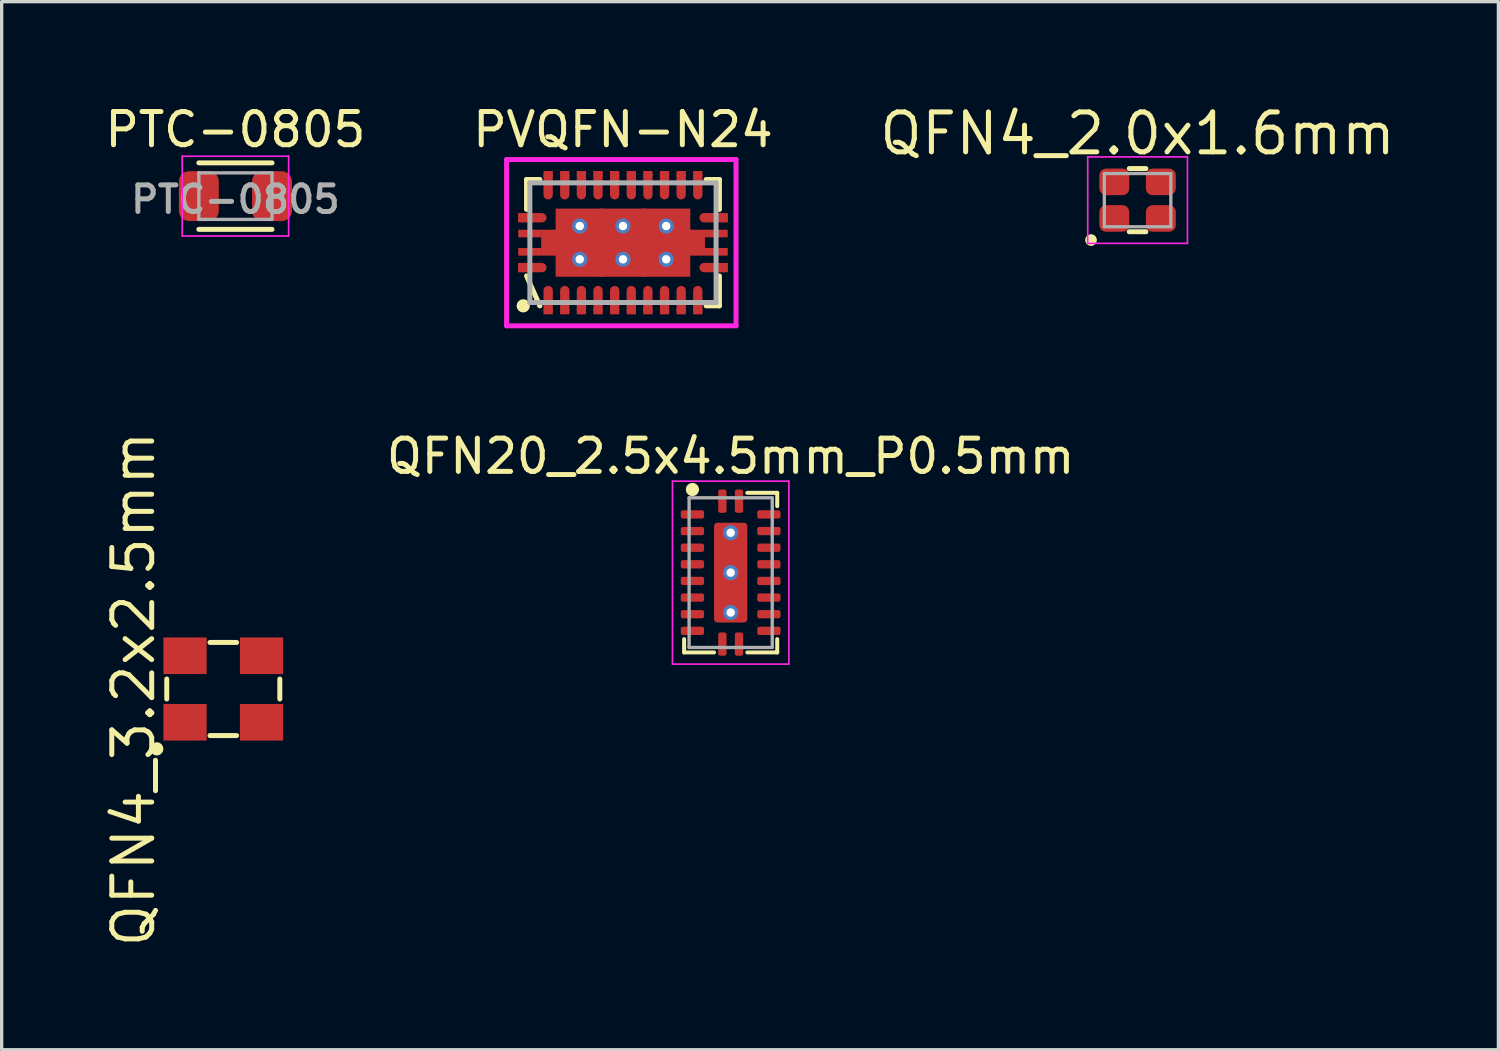
<source format=kicad_pcb>
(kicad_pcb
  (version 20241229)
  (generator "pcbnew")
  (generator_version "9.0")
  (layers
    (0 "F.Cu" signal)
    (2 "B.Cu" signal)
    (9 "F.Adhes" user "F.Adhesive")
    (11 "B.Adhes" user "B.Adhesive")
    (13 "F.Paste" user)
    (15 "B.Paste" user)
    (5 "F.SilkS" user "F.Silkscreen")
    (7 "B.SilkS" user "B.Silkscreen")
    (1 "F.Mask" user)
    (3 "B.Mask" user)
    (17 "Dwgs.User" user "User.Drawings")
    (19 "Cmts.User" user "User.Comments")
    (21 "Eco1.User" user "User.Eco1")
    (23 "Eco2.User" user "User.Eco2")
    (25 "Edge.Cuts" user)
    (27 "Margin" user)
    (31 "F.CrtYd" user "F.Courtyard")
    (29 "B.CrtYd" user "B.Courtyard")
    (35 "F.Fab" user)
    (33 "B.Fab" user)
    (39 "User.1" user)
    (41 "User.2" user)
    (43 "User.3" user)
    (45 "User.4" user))
  (footprint "QFN4_2.0x1.6mm"
    (layer "F.Cu")
    (at 31.161 2.969)
    (property "Reference" "QFN4_2.0x1.6mm" (at 0 -2 180) (layer "F.SilkS") (effects (font (size 1.2 1.2) (thickness 0.152))))
    (attr smd)
    (fp_line (start -0.25 0.95) (end 0.25 0.95) (stroke (width 0.15) (type solid)) (layer "F.SilkS"))
    (fp_line (start 0.25 -0.95) (end -0.25 -0.95) (stroke (width 0.15) (type solid)) (layer "F.SilkS"))
    (fp_circle (center -1.4 1.2) (end -1.3 1.2) (stroke (width 0.15) (type solid)) (fill yes) (layer "F.SilkS"))
    (fp_line (start -1.5 -1.3) (end -1.5 1.3) (stroke (width 0.05) (type solid)) (layer "F.CrtYd"))
    (fp_line (start -1.5 -1.3) (end 1.5 -1.3) (stroke (width 0.05) (type solid)) (layer "F.CrtYd"))
    (fp_line (start -1.5 1.3) (end 1.5 1.3) (stroke (width 0.05) (type solid)) (layer "F.CrtYd"))
    (fp_line (start 1.5 -1.3) (end 1.5 1.3) (stroke (width 0.05) (type solid)) (layer "F.CrtYd"))
    (fp_line (start -1 -0.8) (end -1 0.8) (stroke (width 0.1) (type solid)) (layer "F.Fab"))
    (fp_line (start -1 -0.8) (end 1 -0.8) (stroke (width 0.1) (type solid)) (layer "F.Fab"))
    (fp_line (start -1 0.8) (end 1 0.8) (stroke (width 0.1) (type solid)) (layer "F.Fab"))
    (fp_line (start 1 -0.8) (end 1 0.8) (stroke (width 0.1) (type solid)) (layer "F.Fab"))
    (pad "1" smd roundrect (at -0.7 0.55) (size 0.9 0.8) (layers "F.Cu" "F.Mask" "F.Paste") (roundrect_rratio 0.25))
    (pad "2" smd roundrect (at 0.7 0.55) (size 0.9 0.8) (layers "F.Cu" "F.Mask" "F.Paste") (roundrect_rratio 0.25))
    (pad "3" smd roundrect (at 0.7 -0.55) (size 0.9 0.8) (layers "F.Cu" "F.Mask" "F.Paste") (roundrect_rratio 0.25))
    (pad "4" smd roundrect (at -0.7 -0.55) (size 0.9 0.8) (layers "F.Cu" "F.Mask" "F.Paste") (roundrect_rratio 0.25)))
  (footprint "QFN4_3.2x2.5mm"
    (layer "F.Cu")
    (at 3.665 17.671)
    (property "Reference" "QFN4_3.2x2.5mm" (at -2.7 0 90) (layer "F.SilkS") (effects (font (size 1.2 1.2) (thickness 0.15))))
    (attr smd)
    (fp_line (start -1.7 -0.3) (end -1.7 0.3) (stroke (width 0.15) (type solid)) (layer "F.SilkS"))
    (fp_line (start -0.4 1.4) (end 0.4 1.4) (stroke (width 0.15) (type solid)) (layer "F.SilkS"))
    (fp_line (start 0.4 -1.4) (end -0.4 -1.4) (stroke (width 0.15) (type solid)) (layer "F.SilkS"))
    (fp_line (start 1.7 0.3) (end 1.7 -0.3) (stroke (width 0.15) (type solid)) (layer "F.SilkS"))
    (fp_circle (center -2 1.8) (end -1.9 1.8) (stroke (width 0.2) (type solid)) (fill no) (layer "F.SilkS"))
    (pad "1" smd rect (at -1.15 1) (size 1.3 1.1) (layers "F.Cu" "F.Mask" "F.Paste"))
    (pad "2" smd rect (at 1.15 1) (size 1.3 1.1) (layers "F.Cu" "F.Mask" "F.Paste"))
    (pad "3" smd rect (at 1.15 -1) (size 1.3 1.1) (layers "F.Cu" "F.Mask" "F.Paste"))
    (pad "4" smd rect (at -1.15 -1) (size 1.3 1.1) (layers "F.Cu" "F.Mask" "F.Paste")))
  (footprint "QFN20_2.5x4.5mm_P0.5mm"
    (layer "F.Cu")
    (at 18.924 14.171)
    (property "Reference" "QFN20_2.5x4.5mm_P0.5mm" (at 0 -3.5 0) (layer "F.SilkS") (effects (font (size 1 1) (thickness 0.15))))
    (attr smd)
    (fp_line (start -1.4 2.4) (end -1.4 2) (stroke (width 0.12) (type solid)) (layer "F.SilkS"))
    (fp_line (start -0.5 2.4) (end -1.4 2.4) (stroke (width 0.12) (type solid)) (layer "F.SilkS"))
    (fp_line (start 0.5 -2.4) (end 1.4 -2.4) (stroke (width 0.12) (type solid)) (layer "F.SilkS"))
    (fp_line (start 1.4 -2.4) (end 1.4 -2) (stroke (width 0.12) (type solid)) (layer "F.SilkS"))
    (fp_line (start 1.4 2) (end 1.4 2.4) (stroke (width 0.12) (type solid)) (layer "F.SilkS"))
    (fp_line (start 1.4 2.4) (end 0.5 2.4) (stroke (width 0.12) (type solid)) (layer "F.SilkS"))
    (fp_circle (center -1.15 -2.5) (end -1.05 -2.5) (stroke (width 0.2) (type solid)) (fill no) (layer "F.SilkS"))
    (fp_line (start -1.75 -2.75) (end 1.75 -2.75) (stroke (width 0.05) (type solid)) (layer "F.CrtYd"))
    (fp_line (start -1.75 2.75) (end -1.75 -2.75) (stroke (width 0.05) (type solid)) (layer "F.CrtYd"))
    (fp_line (start 1.75 -2.75) (end 1.75 2.75) (stroke (width 0.05) (type solid)) (layer "F.CrtYd"))
    (fp_line (start 1.75 2.75) (end -1.75 2.75) (stroke (width 0.05) (type solid)) (layer "F.CrtYd"))
    (fp_line (start -1.25 -2.25) (end -1.25 2.25) (stroke (width 0.1) (type solid)) (layer "F.Fab"))
    (fp_line (start 1.25 -2.25) (end -1.25 -2.25) (stroke (width 0.1) (type solid)) (layer "F.Fab"))
    (fp_line (start 1.25 -2.25) (end 1.25 2.25) (stroke (width 0.1) (type solid)) (layer "F.Fab"))
    (fp_line (start 1.25 2.25) (end -1.25 2.25) (stroke (width 0.1) (type solid)) (layer "F.Fab"))
    (pad "" smd roundrect (at 0 -0.6) (size 0.8 0.6) (layers "F.Paste") (roundrect_rratio 0.25))
    (pad "" smd roundrect (at 0 0.6) (size 0.8 0.6) (layers "F.Paste") (roundrect_rratio 0.25))
    (pad "0" thru_hole circle (at 0 -1.2) (size 0.457 0.457) (drill 0.254) (layers "*.Cu" "*.Mask"))
    (pad "0" thru_hole circle (at 0 0) (size 0.457 0.457) (drill 0.254) (layers "*.Cu" "*.Mask"))
    (pad "0" smd roundrect (at 0 0) (size 1 3) (layers "F.Cu" "F.Mask") (roundrect_rratio 0.1))
    (pad "0" thru_hole circle (at 0 1.2) (size 0.457 0.457) (drill 0.254) (layers "*.Cu" "*.Mask"))
    (pad "1" smd roundrect (at -0.25 -2.15) (size 0.25 0.7) (layers "F.Cu" "F.Mask" "F.Paste") (roundrect_rratio 0.25))
    (pad "2" smd roundrect (at -1.15 -1.75 90) (size 0.25 0.7) (layers "F.Cu" "F.Mask" "F.Paste") (roundrect_rratio 0.25))
    (pad "3" smd roundrect (at -1.15 -1.25 90) (size 0.25 0.7) (layers "F.Cu" "F.Mask" "F.Paste") (roundrect_rratio 0.25))
    (pad "4" smd roundrect (at -1.15 -0.75 90) (size 0.25 0.7) (layers "F.Cu" "F.Mask" "F.Paste") (roundrect_rratio 0.25))
    (pad "5" smd roundrect (at -1.15 -0.25 90) (size 0.25 0.7) (layers "F.Cu" "F.Mask" "F.Paste") (roundrect_rratio 0.25))
    (pad "6" smd roundrect (at -1.15 0.25 90) (size 0.25 0.7) (layers "F.Cu" "F.Mask" "F.Paste") (roundrect_rratio 0.25))
    (pad "7" smd roundrect (at -1.15 0.75 90) (size 0.25 0.7) (layers "F.Cu" "F.Mask" "F.Paste") (roundrect_rratio 0.25))
    (pad "8" smd roundrect (at -1.15 1.25 90) (size 0.25 0.7) (layers "F.Cu" "F.Mask" "F.Paste") (roundrect_rratio 0.25))
    (pad "9" smd roundrect (at -1.15 1.75 90) (size 0.25 0.7) (layers "F.Cu" "F.Mask" "F.Paste") (roundrect_rratio 0.25))
    (pad "10" smd roundrect (at -0.25 2.15) (size 0.25 0.7) (layers "F.Cu" "F.Mask" "F.Paste") (roundrect_rratio 0.25))
    (pad "11" smd roundrect (at 0.25 2.15) (size 0.25 0.7) (layers "F.Cu" "F.Mask" "F.Paste") (roundrect_rratio 0.25))
    (pad "12" smd roundrect (at 1.15 1.75 90) (size 0.25 0.7) (layers "F.Cu" "F.Mask" "F.Paste") (roundrect_rratio 0.25))
    (pad "13" smd roundrect (at 1.15 1.25 90) (size 0.25 0.7) (layers "F.Cu" "F.Mask" "F.Paste") (roundrect_rratio 0.25))
    (pad "14" smd roundrect (at 1.15 0.75 90) (size 0.25 0.7) (layers "F.Cu" "F.Mask" "F.Paste") (roundrect_rratio 0.25))
    (pad "15" smd roundrect (at 1.15 0.25 90) (size 0.25 0.7) (layers "F.Cu" "F.Mask" "F.Paste") (roundrect_rratio 0.25))
    (pad "16" smd roundrect (at 1.15 -0.25 90) (size 0.25 0.7) (layers "F.Cu" "F.Mask" "F.Paste") (roundrect_rratio 0.25))
    (pad "17" smd roundrect (at 1.15 -0.75 90) (size 0.25 0.7) (layers "F.Cu" "F.Mask" "F.Paste") (roundrect_rratio 0.25))
    (pad "18" smd roundrect (at 1.15 -1.25 90) (size 0.25 0.7) (layers "F.Cu" "F.Mask" "F.Paste") (roundrect_rratio 0.25))
    (pad "19" smd roundrect (at 1.15 -1.75 90) (size 0.25 0.7) (layers "F.Cu" "F.Mask" "F.Paste") (roundrect_rratio 0.25))
    (pad "20" smd roundrect (at 0.25 -2.15) (size 0.25 0.7) (layers "F.Cu" "F.Mask" "F.Paste") (roundrect_rratio 0.25)))
  (footprint "PVQFN-N24"
    (layer "F.Cu")
    (at 15.685 4.248)
    (property "Reference" "PVQFN-N24" (at 0 -3.4 0) (layer "F.SilkS") (effects (font (size 1 1) (thickness 0.15))))
    (attr smd)
    (fp_line (start -2.9 -1) (end -2.9 -1.9) (stroke (width 0.15) (type solid)) (layer "F.SilkS"))
    (fp_line (start -2.9 1) (end -2.5 1.9) (stroke (width 0.15) (type solid)) (layer "F.SilkS"))
    (fp_line (start -2.5 -1.9) (end -2.9 -1.9) (stroke (width 0.15) (type solid)) (layer "F.SilkS"))
    (fp_line (start 2.5 -1.9) (end 2.9 -1.9) (stroke (width 0.15) (type solid)) (layer "F.SilkS"))
    (fp_line (start 2.5 1.9) (end 2.9 1.9) (stroke (width 0.15) (type solid)) (layer "F.SilkS"))
    (fp_line (start 2.9 -1) (end 2.9 -1.9) (stroke (width 0.15) (type solid)) (layer "F.SilkS"))
    (fp_line (start 2.9 1) (end 2.9 1.9) (stroke (width 0.15) (type solid)) (layer "F.SilkS"))
    (fp_circle (center -3 1.9) (end -3.1 1.9) (stroke (width 0.2) (type solid)) (fill no) (layer "F.SilkS"))
    (fp_line (start -3.5 -2.5) (end -3.5 2.5) (stroke (width 0.15) (type solid)) (layer "F.CrtYd"))
    (fp_line (start -3.5 2.5) (end 3.4 2.5) (stroke (width 0.15) (type solid)) (layer "F.CrtYd"))
    (fp_line (start 3.4 -2.5) (end -3.5 -2.5) (stroke (width 0.15) (type solid)) (layer "F.CrtYd"))
    (fp_line (start 3.4 2.5) (end 3.4 -2.5) (stroke (width 0.15) (type solid)) (layer "F.CrtYd"))
    (fp_line (start -2.8 -1.8) (end -2.8 1.8) (stroke (width 0.15) (type solid)) (layer "F.Fab"))
    (fp_line (start -2.8 -1.8) (end 2.8 -1.8) (stroke (width 0.15) (type solid)) (layer "F.Fab"))
    (fp_line (start -2.8 1.8) (end 2.8 1.8) (stroke (width 0.15) (type solid)) (layer "F.Fab"))
    (fp_line (start 2.8 -1.8) (end 2.8 1.8) (stroke (width 0.15) (type solid)) (layer "F.Fab"))
    (pad "0" smd rect (at -2.8 -0.275 180) (size 0.7 0.23) (layers "F.Cu" "F.Mask" "F.Paste"))
    (pad "0" smd rect (at -2.8 0.275 180) (size 0.7 0.23) (layers "F.Cu" "F.Mask" "F.Paste"))
    (pad "0" smd rect (at -2.2 0 180) (size 0.52 0.78) (layers "F.Cu" "F.Mask" "F.Paste"))
    (pad "0" thru_hole circle (at -1.3 -0.5) (size 0.457 0.457) (drill 0.254) (layers "*.Cu" "*.Mask"))
    (pad "0" smd rect (at -1.3 -0.5) (size 1.45 1.05) (layers "F.Cu" "F.Mask" "F.Paste"))
    (pad "0" thru_hole circle (at -1.3 0.5) (size 0.457 0.457) (drill 0.254) (layers "*.Cu" "*.Mask"))
    (pad "0" smd rect (at -1.3 0.5) (size 1.45 1.05) (layers "F.Cu" "F.Mask" "F.Paste"))
    (pad "0" thru_hole circle (at 0 -0.5) (size 0.457 0.457) (drill 0.254) (layers "*.Cu" "*.Mask"))
    (pad "0" smd rect (at 0 -0.5) (size 1.45 1.05) (layers "F.Cu" "F.Mask" "F.Paste"))
    (pad "0" thru_hole circle (at 0 0.5) (size 0.457 0.457) (drill 0.254) (layers "*.Cu" "*.Mask"))
    (pad "0" smd rect (at 0 0.5) (size 1.45 1.05) (layers "F.Cu" "F.Mask" "F.Paste"))
    (pad "0" thru_hole circle (at 1.3 -0.5) (size 0.457 0.457) (drill 0.254) (layers "*.Cu" "*.Mask"))
    (pad "0" smd rect (at 1.3 -0.5) (size 1.45 1.05) (layers "F.Cu" "F.Mask" "F.Paste"))
    (pad "0" thru_hole circle (at 1.3 0.5) (size 0.457 0.457) (drill 0.254) (layers "*.Cu" "*.Mask"))
    (pad "0" smd rect (at 1.3 0.5) (size 1.45 1.05) (layers "F.Cu" "F.Mask" "F.Paste"))
    (pad "0" smd rect (at 2.175 0 180) (size 0.58 0.78) (layers "F.Cu" "F.Mask" "F.Paste"))
    (pad "0" smd rect (at 2.8 -0.275 180) (size 0.7 0.23) (layers "F.Cu" "F.Mask" "F.Paste"))
    (pad "0" smd rect (at 2.8 0.275 180) (size 0.7 0.23) (layers "F.Cu" "F.Mask" "F.Paste"))
    (pad "1" smd rect (at -3.075 0.75 90) (size 0.28 0.16) (layers "F.Cu" "F.Mask" "F.Paste"))
    (pad "1" smd oval (at -2.725 0.75 90) (size 0.28 0.85) (layers "F.Cu" "F.Mask" "F.Paste"))
    (pad "2" smd oval (at -2.25 1.725 180) (size 0.28 0.85) (layers "F.Cu" "F.Mask" "F.Paste"))
    (pad "2" smd rect (at -2.25 2.075) (size 0.28 0.16) (layers "F.Cu" "F.Mask" "F.Paste"))
    (pad "3" smd oval (at -1.75 1.725 180) (size 0.28 0.85) (layers "F.Cu" "F.Mask" "F.Paste"))
    (pad "3" smd rect (at -1.75 2.075) (size 0.28 0.16) (layers "F.Cu" "F.Mask" "F.Paste"))
    (pad "4" smd oval (at -1.25 1.725 180) (size 0.28 0.85) (layers "F.Cu" "F.Mask" "F.Paste"))
    (pad "4" smd rect (at -1.25 2.075) (size 0.28 0.16) (layers "F.Cu" "F.Mask" "F.Paste"))
    (pad "5" smd oval (at -0.75 1.725 180) (size 0.28 0.85) (layers "F.Cu" "F.Mask" "F.Paste"))
    (pad "5" smd rect (at -0.75 2.075) (size 0.28 0.16) (layers "F.Cu" "F.Mask" "F.Paste"))
    (pad "6" smd oval (at -0.25 1.725 180) (size 0.28 0.85) (layers "F.Cu" "F.Mask" "F.Paste"))
    (pad "6" smd rect (at -0.25 2.075) (size 0.28 0.16) (layers "F.Cu" "F.Mask" "F.Paste"))
    (pad "7" smd oval (at 0.25 1.725 180) (size 0.28 0.85) (layers "F.Cu" "F.Mask" "F.Paste"))
    (pad "7" smd rect (at 0.25 2.075) (size 0.28 0.16) (layers "F.Cu" "F.Mask" "F.Paste"))
    (pad "8" smd oval (at 0.75 1.725 180) (size 0.28 0.85) (layers "F.Cu" "F.Mask" "F.Paste"))
    (pad "8" smd rect (at 0.75 2.075) (size 0.28 0.16) (layers "F.Cu" "F.Mask" "F.Paste"))
    (pad "9" smd oval (at 1.25 1.725 180) (size 0.28 0.85) (layers "F.Cu" "F.Mask" "F.Paste"))
    (pad "9" smd rect (at 1.25 2.075) (size 0.28 0.16) (layers "F.Cu" "F.Mask" "F.Paste"))
    (pad "10" smd oval (at 1.75 1.725 180) (size 0.28 0.85) (layers "F.Cu" "F.Mask" "F.Paste"))
    (pad "10" smd rect (at 1.75 2.075) (size 0.28 0.16) (layers "F.Cu" "F.Mask" "F.Paste"))
    (pad "11" smd oval (at 2.25 1.725 180) (size 0.28 0.85) (layers "F.Cu" "F.Mask" "F.Paste"))
    (pad "11" smd rect (at 2.25 2.075) (size 0.28 0.16) (layers "F.Cu" "F.Mask" "F.Paste"))
    (pad "12" smd oval (at 2.725 0.75 90) (size 0.28 0.85) (layers "F.Cu" "F.Mask" "F.Paste"))
    (pad "12" smd rect (at 3.075 0.75 90) (size 0.28 0.16) (layers "F.Cu" "F.Mask" "F.Paste"))
    (pad "13" smd oval (at 2.725 -0.75 90) (size 0.28 0.85) (layers "F.Cu" "F.Mask" "F.Paste"))
    (pad "13" smd rect (at 3.075 -0.75 90) (size 0.28 0.16) (layers "F.Cu" "F.Mask" "F.Paste"))
    (pad "14" smd rect (at 2.25 -2.075) (size 0.28 0.16) (layers "F.Cu" "F.Mask" "F.Paste"))
    (pad "14" smd oval (at 2.25 -1.725 180) (size 0.28 0.85) (layers "F.Cu" "F.Mask" "F.Paste"))
    (pad "15" smd rect (at 1.75 -2.075) (size 0.28 0.16) (layers "F.Cu" "F.Mask" "F.Paste"))
    (pad "15" smd oval (at 1.75 -1.725 180) (size 0.28 0.85) (layers "F.Cu" "F.Mask" "F.Paste"))
    (pad "16" smd rect (at 1.25 -2.075) (size 0.28 0.16) (layers "F.Cu" "F.Mask" "F.Paste"))
    (pad "16" smd oval (at 1.25 -1.725 180) (size 0.28 0.85) (layers "F.Cu" "F.Mask" "F.Paste"))
    (pad "17" smd rect (at 0.75 -2.075) (size 0.28 0.16) (layers "F.Cu" "F.Mask" "F.Paste"))
    (pad "17" smd oval (at 0.75 -1.725 180) (size 0.28 0.85) (layers "F.Cu" "F.Mask" "F.Paste"))
    (pad "18" smd rect (at 0.25 -2.075) (size 0.28 0.16) (layers "F.Cu" "F.Mask" "F.Paste"))
    (pad "18" smd oval (at 0.25 -1.725 180) (size 0.28 0.85) (layers "F.Cu" "F.Mask" "F.Paste"))
    (pad "19" smd rect (at -0.25 -2.075) (size 0.28 0.16) (layers "F.Cu" "F.Mask" "F.Paste"))
    (pad "19" smd oval (at -0.25 -1.725 180) (size 0.28 0.85) (layers "F.Cu" "F.Mask" "F.Paste"))
    (pad "20" smd rect (at -0.75 -2.075) (size 0.28 0.16) (layers "F.Cu" "F.Mask" "F.Paste"))
    (pad "20" smd oval (at -0.75 -1.725 180) (size 0.28 0.85) (layers "F.Cu" "F.Mask" "F.Paste"))
    (pad "21" smd rect (at -1.25 -2.075) (size 0.28 0.16) (layers "F.Cu" "F.Mask" "F.Paste"))
    (pad "21" smd oval (at -1.25 -1.725 180) (size 0.28 0.85) (layers "F.Cu" "F.Mask" "F.Paste"))
    (pad "22" smd rect (at -1.75 -2.075) (size 0.28 0.16) (layers "F.Cu" "F.Mask" "F.Paste"))
    (pad "22" smd oval (at -1.75 -1.725 180) (size 0.28 0.85) (layers "F.Cu" "F.Mask" "F.Paste"))
    (pad "23" smd rect (at -2.25 -2.075) (size 0.28 0.16) (layers "F.Cu" "F.Mask" "F.Paste"))
    (pad "23" smd oval (at -2.25 -1.725 180) (size 0.28 0.85) (layers "F.Cu" "F.Mask" "F.Paste"))
    (pad "24" smd rect (at -3.075 -0.75 90) (size 0.28 0.16) (layers "F.Cu" "F.Mask" "F.Paste"))
    (pad "24" smd oval (at -2.725 -0.75 90) (size 0.28 0.85) (layers "F.Cu" "F.Mask" "F.Paste")))
  (footprint "PTC-0805"
    (layer "F.Cu")
    (at 4.03 2.848)
    (property "Reference" "PTC-0805" (at 0 -2 0) (layer "F.SilkS") (effects (font (size 1 1) (thickness 0.15))))
    (attr smd)
    (fp_line (start -1.1 -1) (end 1.1 -1) (stroke (width 0.15) (type solid)) (layer "F.SilkS"))
    (fp_line (start -1.1 1) (end 1.1 1) (stroke (width 0.15) (type solid)) (layer "F.SilkS"))
    (fp_line (start -1.6 -1.2) (end -1.6 1.2) (stroke (width 0.05) (type solid)) (layer "F.CrtYd"))
    (fp_line (start -1.6 1.2) (end 1.6 1.2) (stroke (width 0.05) (type solid)) (layer "F.CrtYd"))
    (fp_line (start 1.6 -1.2) (end -1.6 -1.2) (stroke (width 0.05) (type solid)) (layer "F.CrtYd"))
    (fp_line (start 1.6 1.2) (end 1.6 -1.2) (stroke (width 0.05) (type solid)) (layer "F.CrtYd"))
    (fp_line (start -1.1 -0.7) (end -1.1 0.7) (stroke (width 0.1) (type solid)) (layer "F.Fab"))
    (fp_line (start -1.1 0.7) (end 1.1 0.7) (stroke (width 0.1) (type solid)) (layer "F.Fab"))
    (fp_line (start 1.1 -0.7) (end -1.1 -0.7) (stroke (width 0.1) (type solid)) (layer "F.Fab"))
    (fp_line (start 1.1 0.7) (end 1.1 -0.7) (stroke (width 0.1) (type solid)) (layer "F.Fab"))
    (fp_text user "${REFERENCE}" (at 0 0.1 0) (layer "F.Fab") (effects (font (size 0.8 0.8) (thickness 0.15))))
    (pad "1" smd roundrect (at -1.1 0) (size 1.2 1.5) (layers "F.Cu" "F.Mask" "F.Paste") (roundrect_rratio 0.25))
    (pad "2" smd roundrect (at 1.1 0) (size 1.2 1.5) (layers "F.Cu" "F.Mask" "F.Paste") (roundrect_rratio 0.25)))
  (gr_rect
    (start -3 -3)
    (end 42.012 28.519)
    (stroke (width 0.1) (type default))
    (fill no)
    (layer "Edge.Cuts")))
</source>
